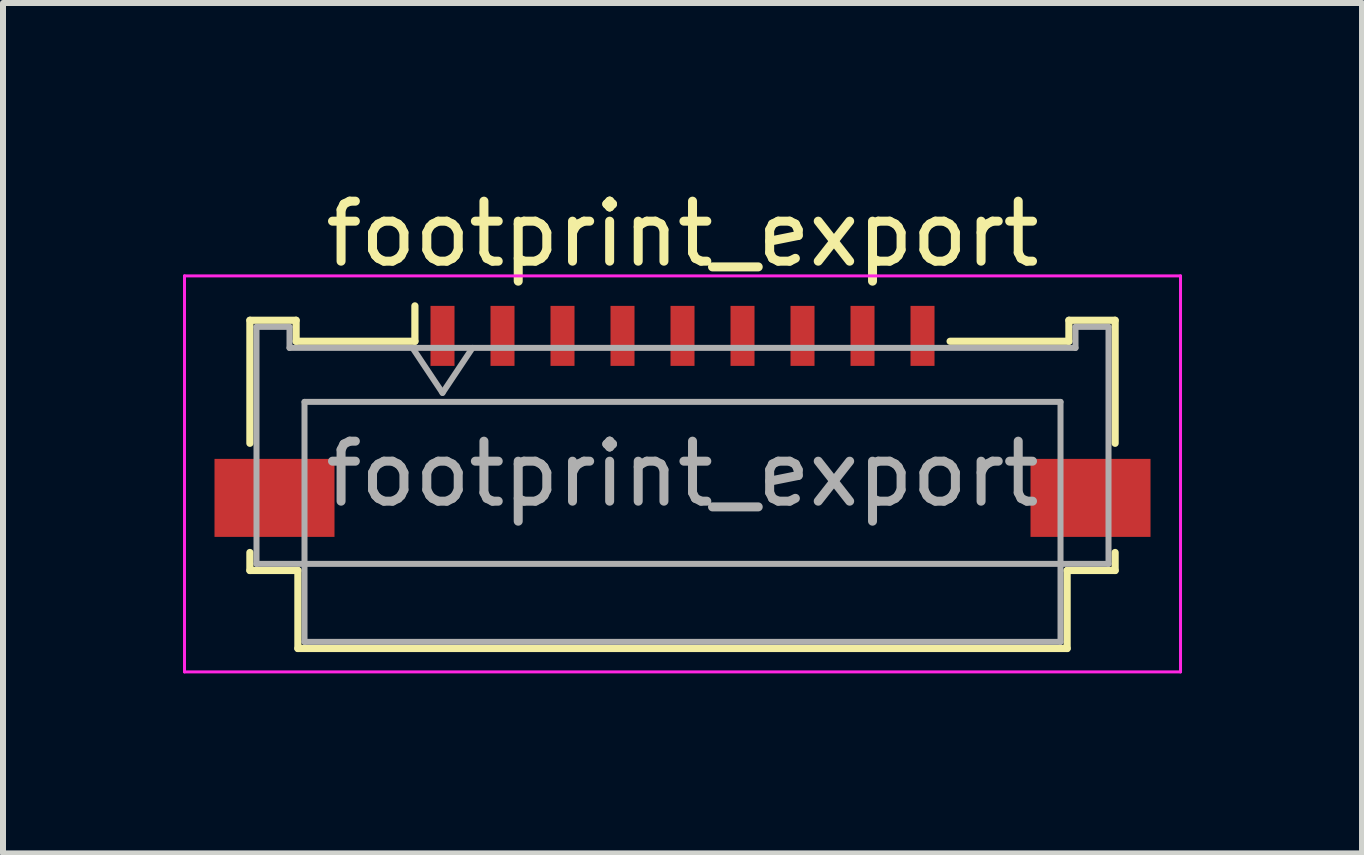
<source format=kicad_pcb>
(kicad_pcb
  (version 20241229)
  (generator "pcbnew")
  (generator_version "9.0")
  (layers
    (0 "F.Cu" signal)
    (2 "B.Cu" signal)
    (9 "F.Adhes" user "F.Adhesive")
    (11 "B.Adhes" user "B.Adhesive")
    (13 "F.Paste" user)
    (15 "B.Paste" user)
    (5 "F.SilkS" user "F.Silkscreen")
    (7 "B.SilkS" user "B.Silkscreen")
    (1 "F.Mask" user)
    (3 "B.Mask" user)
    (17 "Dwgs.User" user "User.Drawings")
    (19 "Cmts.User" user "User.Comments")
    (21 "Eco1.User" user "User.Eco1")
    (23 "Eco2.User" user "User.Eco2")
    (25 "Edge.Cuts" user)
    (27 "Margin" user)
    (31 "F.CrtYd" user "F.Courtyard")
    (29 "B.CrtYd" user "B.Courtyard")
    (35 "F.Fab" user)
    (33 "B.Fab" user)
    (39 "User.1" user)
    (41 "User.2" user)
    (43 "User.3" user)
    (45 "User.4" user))
  (footprint "footprint_export"
    (layer "F.Cu")
    (at 8.325 3.458)
    (property "Reference" "footprint_export" (at 0 -2.61 0) (layer "F.SilkS") (effects (font (size 1 1) (thickness 0.15))))
    (attr smd)
    (fp_line (start -7.21 -1.17) (end -7.21 0.88) (stroke (width 0.12) (type solid)) (layer "F.SilkS"))
    (fp_line (start -7.21 2.7) (end -7.21 3) (stroke (width 0.12) (type solid)) (layer "F.SilkS"))
    (fp_line (start -7.21 3) (end -6.41 3) (stroke (width 0.12) (type solid)) (layer "F.SilkS"))
    (fp_line (start -6.44 -1.17) (end -7.21 -1.17) (stroke (width 0.12) (type solid)) (layer "F.SilkS"))
    (fp_line (start -6.44 -0.82) (end -6.44 -1.17) (stroke (width 0.12) (type solid)) (layer "F.SilkS"))
    (fp_line (start -6.41 3) (end -6.41 4.3) (stroke (width 0.12) (type solid)) (layer "F.SilkS"))
    (fp_line (start -6.41 4.3) (end 6.41 4.3) (stroke (width 0.12) (type solid)) (layer "F.SilkS"))
    (fp_line (start -4.46 -1.41) (end -4.46 -0.82) (stroke (width 0.12) (type solid)) (layer "F.SilkS"))
    (fp_line (start -4.46 -0.82) (end -6.44 -0.82) (stroke (width 0.12) (type solid)) (layer "F.SilkS"))
    (fp_line (start 6.41 3) (end 7.21 3) (stroke (width 0.12) (type solid)) (layer "F.SilkS"))
    (fp_line (start 6.41 4.3) (end 6.41 3) (stroke (width 0.12) (type solid)) (layer "F.SilkS"))
    (fp_line (start 6.44 -1.17) (end 6.44 -0.82) (stroke (width 0.12) (type solid)) (layer "F.SilkS"))
    (fp_line (start 6.44 -0.82) (end 4.46 -0.82) (stroke (width 0.12) (type solid)) (layer "F.SilkS"))
    (fp_line (start 7.21 -1.17) (end 6.44 -1.17) (stroke (width 0.12) (type solid)) (layer "F.SilkS"))
    (fp_line (start 7.21 0.88) (end 7.21 -1.17) (stroke (width 0.12) (type solid)) (layer "F.SilkS"))
    (fp_line (start 7.21 3) (end 7.21 2.7) (stroke (width 0.12) (type solid)) (layer "F.SilkS"))
    (fp_line (start -8.3 -1.91) (end -8.3 4.69) (stroke (width 0.05) (type solid)) (layer "F.CrtYd"))
    (fp_line (start -8.3 4.69) (end 8.3 4.69) (stroke (width 0.05) (type solid)) (layer "F.CrtYd"))
    (fp_line (start 8.3 -1.91) (end -8.3 -1.91) (stroke (width 0.05) (type solid)) (layer "F.CrtYd"))
    (fp_line (start 8.3 4.69) (end 8.3 -1.91) (stroke (width 0.05) (type solid)) (layer "F.CrtYd"))
    (fp_line (start -7.1 -1.06) (end -7.1 2.89) (stroke (width 0.1) (type solid)) (layer "F.Fab"))
    (fp_line (start -7.1 2.89) (end 7.1 2.89) (stroke (width 0.1) (type solid)) (layer "F.Fab"))
    (fp_line (start -6.55 -1.06) (end -7.1 -1.06) (stroke (width 0.1) (type solid)) (layer "F.Fab"))
    (fp_line (start -6.55 -0.71) (end -6.55 -1.06) (stroke (width 0.1) (type solid)) (layer "F.Fab"))
    (fp_line (start -6.3 0.19) (end -6.3 4.19) (stroke (width 0.1) (type solid)) (layer "F.Fab"))
    (fp_line (start -6.3 4.19) (end 6.3 4.19) (stroke (width 0.1) (type solid)) (layer "F.Fab"))
    (fp_line (start -4.5 -0.71) (end -4 0.04) (stroke (width 0.1) (type solid)) (layer "F.Fab"))
    (fp_line (start -4 0.04) (end -3.5 -0.71) (stroke (width 0.1) (type solid)) (layer "F.Fab"))
    (fp_line (start 6.3 0.19) (end -6.3 0.19) (stroke (width 0.1) (type solid)) (layer "F.Fab"))
    (fp_line (start 6.3 4.19) (end 6.3 0.19) (stroke (width 0.1) (type solid)) (layer "F.Fab"))
    (fp_line (start 6.55 -1.06) (end 6.55 -0.71) (stroke (width 0.1) (type solid)) (layer "F.Fab"))
    (fp_line (start 6.55 -0.71) (end -6.55 -0.71) (stroke (width 0.1) (type solid)) (layer "F.Fab"))
    (fp_line (start 7.1 -1.06) (end 6.55 -1.06) (stroke (width 0.1) (type solid)) (layer "F.Fab"))
    (fp_line (start 7.1 2.89) (end 7.1 -1.06) (stroke (width 0.1) (type solid)) (layer "F.Fab"))
    (fp_text user "${REFERENCE}" (at 0 1.39 0) (layer "F.Fab") (effects (font (size 1 1) (thickness 0.15))))
    (pad "1" smd rect (at -4 -0.91) (size 0.4 1) (layers "F.Cu" "F.Mask" "F.Paste"))
    (pad "2" smd rect (at -3 -0.91) (size 0.4 1) (layers "F.Cu" "F.Mask" "F.Paste"))
    (pad "3" smd rect (at -2 -0.91) (size 0.4 1) (layers "F.Cu" "F.Mask" "F.Paste"))
    (pad "4" smd rect (at -1 -0.91) (size 0.4 1) (layers "F.Cu" "F.Mask" "F.Paste"))
    (pad "5" smd rect (at 0 -0.91) (size 0.4 1) (layers "F.Cu" "F.Mask" "F.Paste"))
    (pad "6" smd rect (at 1 -0.91) (size 0.4 1) (layers "F.Cu" "F.Mask" "F.Paste"))
    (pad "7" smd rect (at 2 -0.91) (size 0.4 1) (layers "F.Cu" "F.Mask" "F.Paste"))
    (pad "8" smd rect (at 3 -0.91) (size 0.4 1) (layers "F.Cu" "F.Mask" "F.Paste"))
    (pad "9" smd rect (at 4 -0.91) (size 0.4 1) (layers "F.Cu" "F.Mask" "F.Paste"))
    (pad "MP" smd rect (at -6.8 1.79) (size 2 1.3) (layers "F.Cu" "F.Mask" "F.Paste"))
    (pad "MP" smd rect (at 6.8 1.79) (size 2 1.3) (layers "F.Cu" "F.Mask" "F.Paste")))
  (gr_rect
    (start -3 -3)
    (end 19.65 11.173)
    (stroke (width 0.1) (type default))
    (fill no)
    (layer "Edge.Cuts")))
</source>
